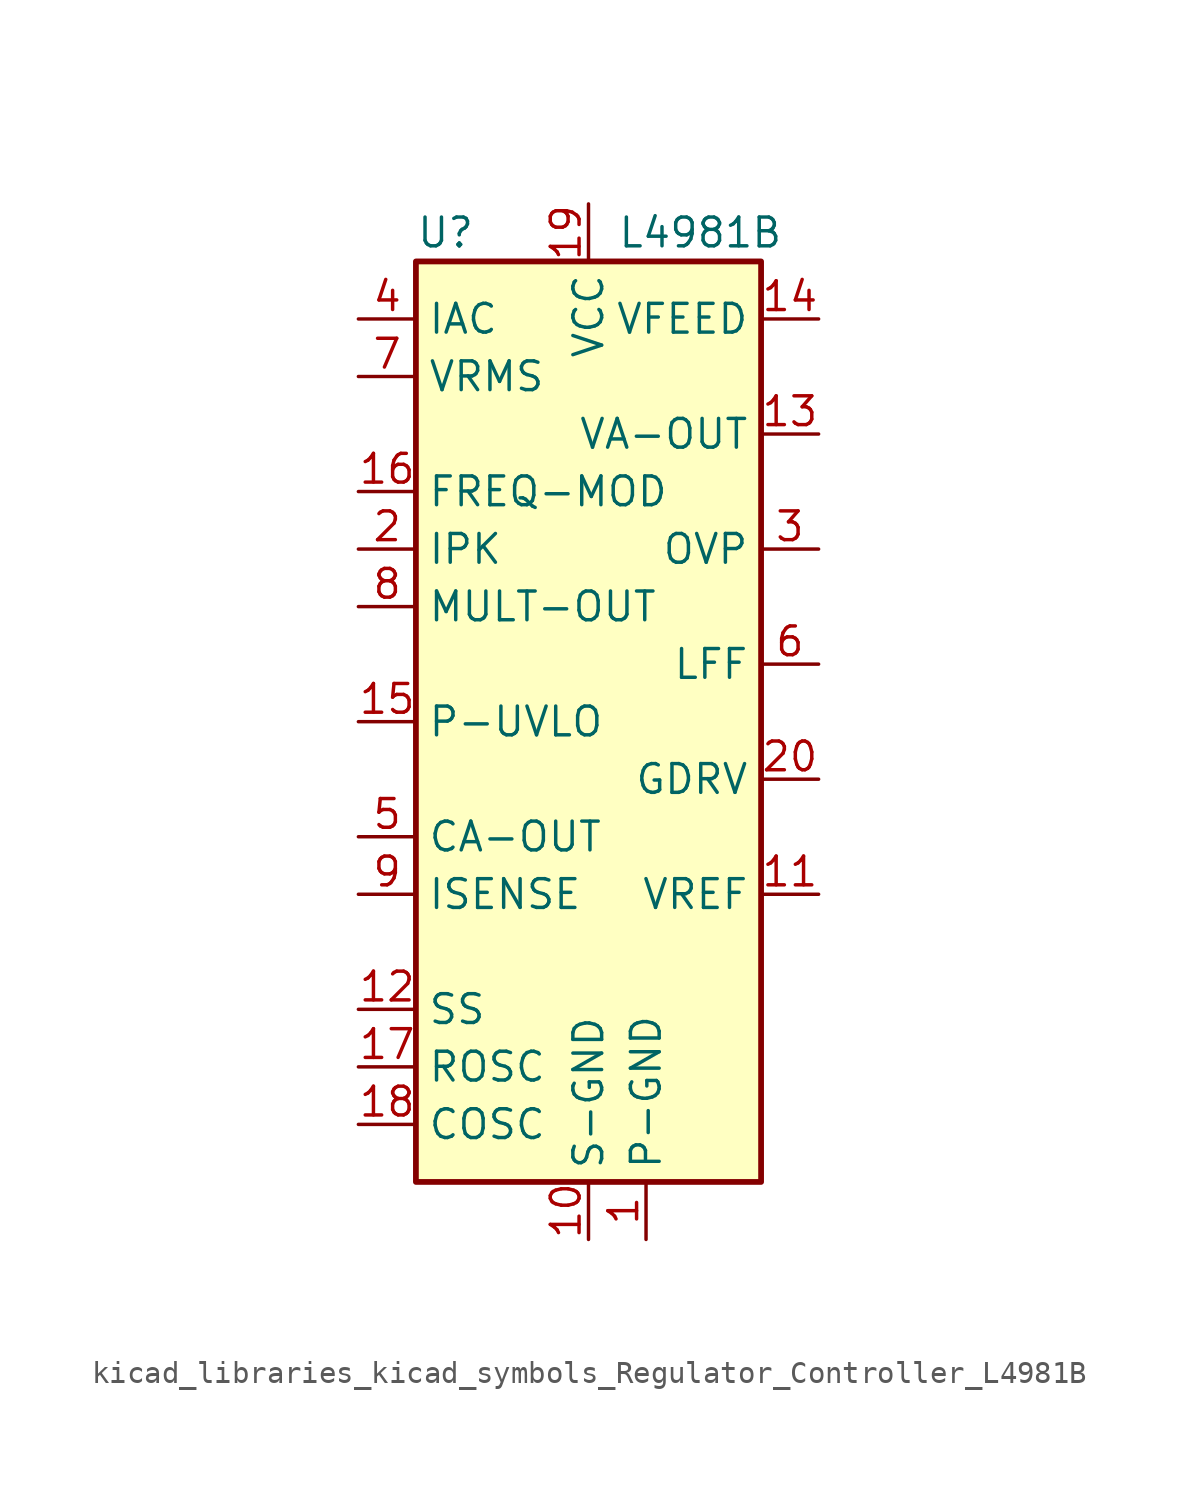
<source format=kicad_sym>
(kicad_symbol_lib
  (version 20220914)
  (generator kicad_symbol_editor)
  (symbol "kicad_libraries_kicad_symbols_Regulator_Controller_L4981B"
    (property "Reference" "U"
      (at -7.62 21.59 0)
      (effects (font (size 1.27 1.27)) (justify left)))
    (property "Value" "L4981B"
      (at 1.27 21.59 0)
      (effects (font (size 1.27 1.27)) (justify left)))
    (symbol "kicad_libraries_kicad_symbols_Regulator_Controller_L4981B_0_0"
      (rectangle (start -7.62 20.32) (end 7.62 -20.32) (stroke (width 0.254) (type default)) (fill (type background))))
    (symbol "kicad_libraries_kicad_symbols_Regulator_Controller_L4981B_1_1"
      (pin power_in line (at 2.54 -22.86 90) (length 2.54) (name "P-GND" (effects (font (size 1.27 1.27)))) (number "1" (effects (font (size 1.27 1.27)))))
      (pin power_in line (at 0 -22.86 90) (length 2.54) (name "S-GND" (effects (font (size 1.27 1.27)))) (number "10" (effects (font (size 1.27 1.27)))))
      (pin output line (at 10.16 -7.62 180) (length 2.54) (name "VREF" (effects (font (size 1.27 1.27)))) (number "11" (effects (font (size 1.27 1.27)))))
      (pin passive line (at -10.16 -12.7 0) (length 2.54) (name "SS" (effects (font (size 1.27 1.27)))) (number "12" (effects (font (size 1.27 1.27)))))
      (pin output line (at 10.16 12.7 180) (length 2.54) (name "VA-OUT" (effects (font (size 1.27 1.27)))) (number "13" (effects (font (size 1.27 1.27)))))
      (pin input line (at 10.16 17.78 180) (length 2.54) (name "VFEED" (effects (font (size 1.27 1.27)))) (number "14" (effects (font (size 1.27 1.27)))))
      (pin input line (at -10.16 0 0) (length 2.54) (name "P-UVLO" (effects (font (size 1.27 1.27)))) (number "15" (effects (font (size 1.27 1.27)))))
      (pin input line (at -10.16 10.16 0) (length 2.54) (name "FREQ-MOD" (effects (font (size 1.27 1.27)))) (number "16" (effects (font (size 1.27 1.27)))))
      (pin passive line (at -10.16 -15.24 0) (length 2.54) (name "ROSC" (effects (font (size 1.27 1.27)))) (number "17" (effects (font (size 1.27 1.27)))))
      (pin passive line (at -10.16 -17.78 0) (length 2.54) (name "COSC" (effects (font (size 1.27 1.27)))) (number "18" (effects (font (size 1.27 1.27)))))
      (pin power_in line (at 0 22.86 270) (length 2.54) (name "VCC" (effects (font (size 1.27 1.27)))) (number "19" (effects (font (size 1.27 1.27)))))
      (pin input line (at -10.16 7.62 0) (length 2.54) (name "IPK" (effects (font (size 1.27 1.27)))) (number "2" (effects (font (size 1.27 1.27)))))
      (pin output line (at 10.16 -2.54 180) (length 2.54) (name "GDRV" (effects (font (size 1.27 1.27)))) (number "20" (effects (font (size 1.27 1.27)))))
      (pin input line (at 10.16 7.62 180) (length 2.54) (name "OVP" (effects (font (size 1.27 1.27)))) (number "3" (effects (font (size 1.27 1.27)))))
      (pin input line (at -10.16 17.78 0) (length 2.54) (name "IAC" (effects (font (size 1.27 1.27)))) (number "4" (effects (font (size 1.27 1.27)))))
      (pin output line (at -10.16 -5.08 0) (length 2.54) (name "CA-OUT" (effects (font (size 1.27 1.27)))) (number "5" (effects (font (size 1.27 1.27)))))
      (pin input line (at 10.16 2.54 180) (length 2.54) (name "LFF" (effects (font (size 1.27 1.27)))) (number "6" (effects (font (size 1.27 1.27)))))
      (pin input line (at -10.16 15.24 0) (length 2.54) (name "VRMS" (effects (font (size 1.27 1.27)))) (number "7" (effects (font (size 1.27 1.27)))))
      (pin output line (at -10.16 5.08 0) (length 2.54) (name "MULT-OUT" (effects (font (size 1.27 1.27)))) (number "8" (effects (font (size 1.27 1.27)))))
      (pin input line (at -10.16 -7.62 0) (length 2.54) (name "ISENSE" (effects (font (size 1.27 1.27)))) (number "9" (effects (font (size 1.27 1.27))))))))
</source>
